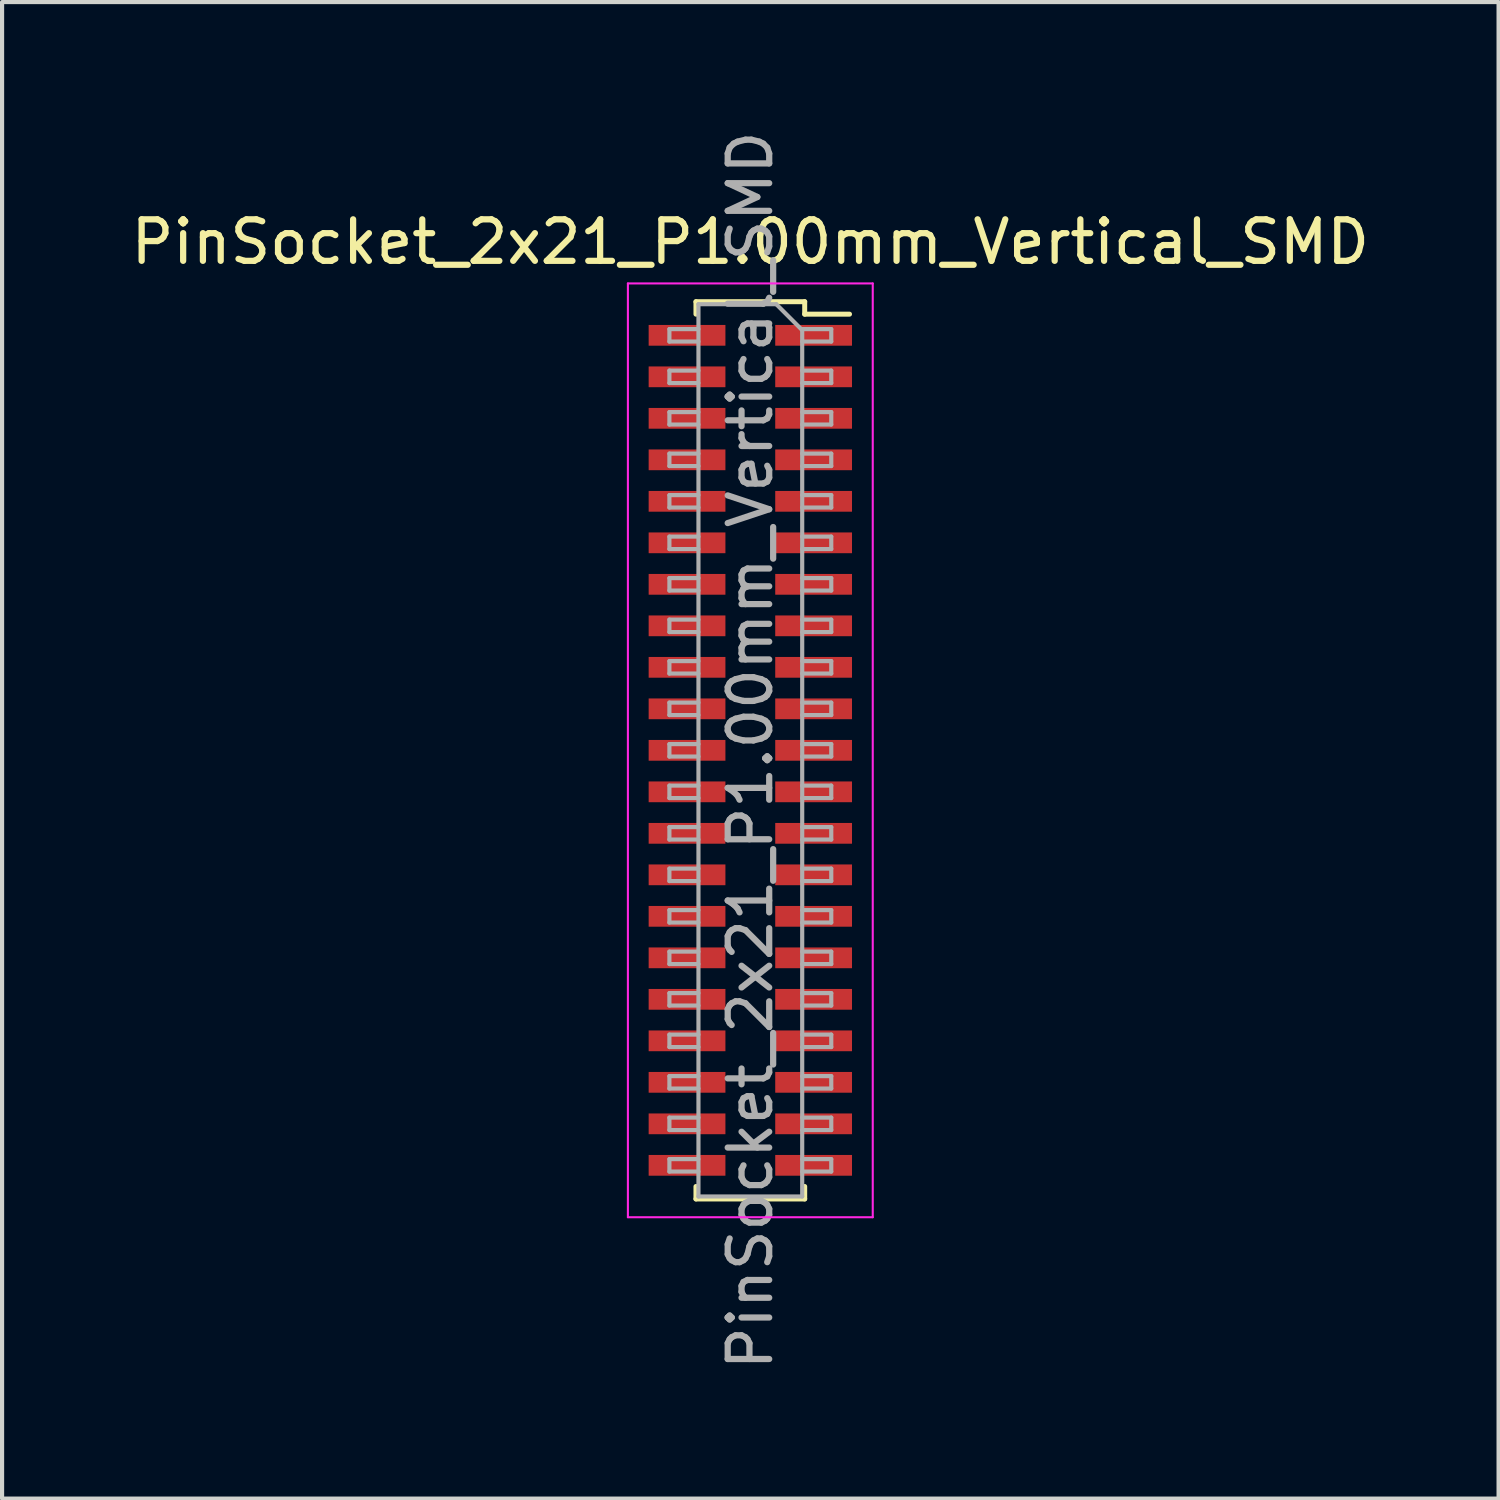
<source format=kicad_pcb>
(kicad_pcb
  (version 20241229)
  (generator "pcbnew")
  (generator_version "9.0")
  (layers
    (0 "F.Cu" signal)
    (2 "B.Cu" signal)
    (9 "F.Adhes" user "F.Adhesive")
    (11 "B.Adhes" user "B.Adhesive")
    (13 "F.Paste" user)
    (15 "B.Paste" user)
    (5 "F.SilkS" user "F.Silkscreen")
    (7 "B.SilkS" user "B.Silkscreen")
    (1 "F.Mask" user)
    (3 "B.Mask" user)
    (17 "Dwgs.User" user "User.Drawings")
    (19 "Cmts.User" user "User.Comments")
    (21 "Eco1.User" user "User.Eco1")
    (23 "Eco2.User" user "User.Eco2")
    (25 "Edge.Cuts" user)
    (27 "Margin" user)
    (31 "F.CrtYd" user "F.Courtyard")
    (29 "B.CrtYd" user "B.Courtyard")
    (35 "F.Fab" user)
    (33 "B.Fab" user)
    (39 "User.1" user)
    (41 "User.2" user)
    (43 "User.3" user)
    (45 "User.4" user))
  (footprint "PinSocket_2x21_P1.00mm_Vertical_SMD"
    (layer "F.Cu")
    (at 15.03 15.03)
    (property "Reference" "PinSocket_2x21_P1.00mm_Vertical_SMD" (at 0 -12.25 0) (layer "F.SilkS") (effects (font (size 1 1) (thickness 0.15))))
    (attr smd)
    (fp_line (start -1.31 -10.81) (end -1.31 -10.51) (stroke (width 0.12) (type solid)) (layer "F.SilkS"))
    (fp_line (start -1.31 -10.81) (end 1.31 -10.81) (stroke (width 0.12) (type solid)) (layer "F.SilkS"))
    (fp_line (start -1.31 10.51) (end -1.31 10.81) (stroke (width 0.12) (type solid)) (layer "F.SilkS"))
    (fp_line (start -1.31 10.81) (end 1.31 10.81) (stroke (width 0.12) (type solid)) (layer "F.SilkS"))
    (fp_line (start 1.31 -10.81) (end 1.31 -10.51) (stroke (width 0.12) (type solid)) (layer "F.SilkS"))
    (fp_line (start 1.31 -10.51) (end 2.39 -10.51) (stroke (width 0.12) (type solid)) (layer "F.SilkS"))
    (fp_line (start 1.31 10.51) (end 1.31 10.81) (stroke (width 0.12) (type solid)) (layer "F.SilkS"))
    (fp_line (start -2.95 -11.25) (end 2.95 -11.25) (stroke (width 0.05) (type solid)) (layer "F.CrtYd"))
    (fp_line (start -2.95 11.25) (end -2.95 -11.25) (stroke (width 0.05) (type solid)) (layer "F.CrtYd"))
    (fp_line (start 2.95 -11.25) (end 2.95 11.25) (stroke (width 0.05) (type solid)) (layer "F.CrtYd"))
    (fp_line (start 2.95 11.25) (end -2.95 11.25) (stroke (width 0.05) (type solid)) (layer "F.CrtYd"))
    (fp_line (start -1.95 -10.15) (end -1.25 -10.15) (stroke (width 0.1) (type solid)) (layer "F.Fab"))
    (fp_line (start -1.95 -9.85) (end -1.95 -10.15) (stroke (width 0.1) (type solid)) (layer "F.Fab"))
    (fp_line (start -1.95 -9.15) (end -1.25 -9.15) (stroke (width 0.1) (type solid)) (layer "F.Fab"))
    (fp_line (start -1.95 -8.85) (end -1.95 -9.15) (stroke (width 0.1) (type solid)) (layer "F.Fab"))
    (fp_line (start -1.95 -8.15) (end -1.25 -8.15) (stroke (width 0.1) (type solid)) (layer "F.Fab"))
    (fp_line (start -1.95 -7.85) (end -1.95 -8.15) (stroke (width 0.1) (type solid)) (layer "F.Fab"))
    (fp_line (start -1.95 -7.15) (end -1.25 -7.15) (stroke (width 0.1) (type solid)) (layer "F.Fab"))
    (fp_line (start -1.95 -6.85) (end -1.95 -7.15) (stroke (width 0.1) (type solid)) (layer "F.Fab"))
    (fp_line (start -1.95 -6.15) (end -1.25 -6.15) (stroke (width 0.1) (type solid)) (layer "F.Fab"))
    (fp_line (start -1.95 -5.85) (end -1.95 -6.15) (stroke (width 0.1) (type solid)) (layer "F.Fab"))
    (fp_line (start -1.95 -5.15) (end -1.25 -5.15) (stroke (width 0.1) (type solid)) (layer "F.Fab"))
    (fp_line (start -1.95 -4.85) (end -1.95 -5.15) (stroke (width 0.1) (type solid)) (layer "F.Fab"))
    (fp_line (start -1.95 -4.15) (end -1.25 -4.15) (stroke (width 0.1) (type solid)) (layer "F.Fab"))
    (fp_line (start -1.95 -3.85) (end -1.95 -4.15) (stroke (width 0.1) (type solid)) (layer "F.Fab"))
    (fp_line (start -1.95 -3.15) (end -1.25 -3.15) (stroke (width 0.1) (type solid)) (layer "F.Fab"))
    (fp_line (start -1.95 -2.85) (end -1.95 -3.15) (stroke (width 0.1) (type solid)) (layer "F.Fab"))
    (fp_line (start -1.95 -2.15) (end -1.25 -2.15) (stroke (width 0.1) (type solid)) (layer "F.Fab"))
    (fp_line (start -1.95 -1.85) (end -1.95 -2.15) (stroke (width 0.1) (type solid)) (layer "F.Fab"))
    (fp_line (start -1.95 -1.15) (end -1.25 -1.15) (stroke (width 0.1) (type solid)) (layer "F.Fab"))
    (fp_line (start -1.95 -0.85) (end -1.95 -1.15) (stroke (width 0.1) (type solid)) (layer "F.Fab"))
    (fp_line (start -1.95 -0.15) (end -1.25 -0.15) (stroke (width 0.1) (type solid)) (layer "F.Fab"))
    (fp_line (start -1.95 0.15) (end -1.95 -0.15) (stroke (width 0.1) (type solid)) (layer "F.Fab"))
    (fp_line (start -1.95 0.85) (end -1.25 0.85) (stroke (width 0.1) (type solid)) (layer "F.Fab"))
    (fp_line (start -1.95 1.15) (end -1.95 0.85) (stroke (width 0.1) (type solid)) (layer "F.Fab"))
    (fp_line (start -1.95 1.85) (end -1.25 1.85) (stroke (width 0.1) (type solid)) (layer "F.Fab"))
    (fp_line (start -1.95 2.15) (end -1.95 1.85) (stroke (width 0.1) (type solid)) (layer "F.Fab"))
    (fp_line (start -1.95 2.85) (end -1.25 2.85) (stroke (width 0.1) (type solid)) (layer "F.Fab"))
    (fp_line (start -1.95 3.15) (end -1.95 2.85) (stroke (width 0.1) (type solid)) (layer "F.Fab"))
    (fp_line (start -1.95 3.85) (end -1.25 3.85) (stroke (width 0.1) (type solid)) (layer "F.Fab"))
    (fp_line (start -1.95 4.15) (end -1.95 3.85) (stroke (width 0.1) (type solid)) (layer "F.Fab"))
    (fp_line (start -1.95 4.85) (end -1.25 4.85) (stroke (width 0.1) (type solid)) (layer "F.Fab"))
    (fp_line (start -1.95 5.15) (end -1.95 4.85) (stroke (width 0.1) (type solid)) (layer "F.Fab"))
    (fp_line (start -1.95 5.85) (end -1.25 5.85) (stroke (width 0.1) (type solid)) (layer "F.Fab"))
    (fp_line (start -1.95 6.15) (end -1.95 5.85) (stroke (width 0.1) (type solid)) (layer "F.Fab"))
    (fp_line (start -1.95 6.85) (end -1.25 6.85) (stroke (width 0.1) (type solid)) (layer "F.Fab"))
    (fp_line (start -1.95 7.15) (end -1.95 6.85) (stroke (width 0.1) (type solid)) (layer "F.Fab"))
    (fp_line (start -1.95 7.85) (end -1.25 7.85) (stroke (width 0.1) (type solid)) (layer "F.Fab"))
    (fp_line (start -1.95 8.15) (end -1.95 7.85) (stroke (width 0.1) (type solid)) (layer "F.Fab"))
    (fp_line (start -1.95 8.85) (end -1.25 8.85) (stroke (width 0.1) (type solid)) (layer "F.Fab"))
    (fp_line (start -1.95 9.15) (end -1.95 8.85) (stroke (width 0.1) (type solid)) (layer "F.Fab"))
    (fp_line (start -1.95 9.85) (end -1.25 9.85) (stroke (width 0.1) (type solid)) (layer "F.Fab"))
    (fp_line (start -1.95 10.15) (end -1.95 9.85) (stroke (width 0.1) (type solid)) (layer "F.Fab"))
    (fp_line (start -1.25 -10.75) (end 0.625 -10.75) (stroke (width 0.1) (type solid)) (layer "F.Fab"))
    (fp_line (start -1.25 -9.85) (end -1.95 -9.85) (stroke (width 0.1) (type solid)) (layer "F.Fab"))
    (fp_line (start -1.25 -8.85) (end -1.95 -8.85) (stroke (width 0.1) (type solid)) (layer "F.Fab"))
    (fp_line (start -1.25 -7.85) (end -1.95 -7.85) (stroke (width 0.1) (type solid)) (layer "F.Fab"))
    (fp_line (start -1.25 -6.85) (end -1.95 -6.85) (stroke (width 0.1) (type solid)) (layer "F.Fab"))
    (fp_line (start -1.25 -5.85) (end -1.95 -5.85) (stroke (width 0.1) (type solid)) (layer "F.Fab"))
    (fp_line (start -1.25 -4.85) (end -1.95 -4.85) (stroke (width 0.1) (type solid)) (layer "F.Fab"))
    (fp_line (start -1.25 -3.85) (end -1.95 -3.85) (stroke (width 0.1) (type solid)) (layer "F.Fab"))
    (fp_line (start -1.25 -2.85) (end -1.95 -2.85) (stroke (width 0.1) (type solid)) (layer "F.Fab"))
    (fp_line (start -1.25 -1.85) (end -1.95 -1.85) (stroke (width 0.1) (type solid)) (layer "F.Fab"))
    (fp_line (start -1.25 -0.85) (end -1.95 -0.85) (stroke (width 0.1) (type solid)) (layer "F.Fab"))
    (fp_line (start -1.25 0.15) (end -1.95 0.15) (stroke (width 0.1) (type solid)) (layer "F.Fab"))
    (fp_line (start -1.25 1.15) (end -1.95 1.15) (stroke (width 0.1) (type solid)) (layer "F.Fab"))
    (fp_line (start -1.25 2.15) (end -1.95 2.15) (stroke (width 0.1) (type solid)) (layer "F.Fab"))
    (fp_line (start -1.25 3.15) (end -1.95 3.15) (stroke (width 0.1) (type solid)) (layer "F.Fab"))
    (fp_line (start -1.25 4.15) (end -1.95 4.15) (stroke (width 0.1) (type solid)) (layer "F.Fab"))
    (fp_line (start -1.25 5.15) (end -1.95 5.15) (stroke (width 0.1) (type solid)) (layer "F.Fab"))
    (fp_line (start -1.25 6.15) (end -1.95 6.15) (stroke (width 0.1) (type solid)) (layer "F.Fab"))
    (fp_line (start -1.25 7.15) (end -1.95 7.15) (stroke (width 0.1) (type solid)) (layer "F.Fab"))
    (fp_line (start -1.25 8.15) (end -1.95 8.15) (stroke (width 0.1) (type solid)) (layer "F.Fab"))
    (fp_line (start -1.25 9.15) (end -1.95 9.15) (stroke (width 0.1) (type solid)) (layer "F.Fab"))
    (fp_line (start -1.25 10.15) (end -1.95 10.15) (stroke (width 0.1) (type solid)) (layer "F.Fab"))
    (fp_line (start -1.25 10.75) (end -1.25 -10.75) (stroke (width 0.1) (type solid)) (layer "F.Fab"))
    (fp_line (start 0.625 -10.75) (end 1.25 -10.125) (stroke (width 0.1) (type solid)) (layer "F.Fab"))
    (fp_line (start 1.25 -10.15) (end 1.95 -10.15) (stroke (width 0.1) (type solid)) (layer "F.Fab"))
    (fp_line (start 1.25 -10.125) (end 1.25 10.75) (stroke (width 0.1) (type solid)) (layer "F.Fab"))
    (fp_line (start 1.25 -9.15) (end 1.95 -9.15) (stroke (width 0.1) (type solid)) (layer "F.Fab"))
    (fp_line (start 1.25 -8.15) (end 1.95 -8.15) (stroke (width 0.1) (type solid)) (layer "F.Fab"))
    (fp_line (start 1.25 -7.15) (end 1.95 -7.15) (stroke (width 0.1) (type solid)) (layer "F.Fab"))
    (fp_line (start 1.25 -6.15) (end 1.95 -6.15) (stroke (width 0.1) (type solid)) (layer "F.Fab"))
    (fp_line (start 1.25 -5.15) (end 1.95 -5.15) (stroke (width 0.1) (type solid)) (layer "F.Fab"))
    (fp_line (start 1.25 -4.15) (end 1.95 -4.15) (stroke (width 0.1) (type solid)) (layer "F.Fab"))
    (fp_line (start 1.25 -3.15) (end 1.95 -3.15) (stroke (width 0.1) (type solid)) (layer "F.Fab"))
    (fp_line (start 1.25 -2.15) (end 1.95 -2.15) (stroke (width 0.1) (type solid)) (layer "F.Fab"))
    (fp_line (start 1.25 -1.15) (end 1.95 -1.15) (stroke (width 0.1) (type solid)) (layer "F.Fab"))
    (fp_line (start 1.25 -0.15) (end 1.95 -0.15) (stroke (width 0.1) (type solid)) (layer "F.Fab"))
    (fp_line (start 1.25 0.85) (end 1.95 0.85) (stroke (width 0.1) (type solid)) (layer "F.Fab"))
    (fp_line (start 1.25 1.85) (end 1.95 1.85) (stroke (width 0.1) (type solid)) (layer "F.Fab"))
    (fp_line (start 1.25 2.85) (end 1.95 2.85) (stroke (width 0.1) (type solid)) (layer "F.Fab"))
    (fp_line (start 1.25 3.85) (end 1.95 3.85) (stroke (width 0.1) (type solid)) (layer "F.Fab"))
    (fp_line (start 1.25 4.85) (end 1.95 4.85) (stroke (width 0.1) (type solid)) (layer "F.Fab"))
    (fp_line (start 1.25 5.85) (end 1.95 5.85) (stroke (width 0.1) (type solid)) (layer "F.Fab"))
    (fp_line (start 1.25 6.85) (end 1.95 6.85) (stroke (width 0.1) (type solid)) (layer "F.Fab"))
    (fp_line (start 1.25 7.85) (end 1.95 7.85) (stroke (width 0.1) (type solid)) (layer "F.Fab"))
    (fp_line (start 1.25 8.85) (end 1.95 8.85) (stroke (width 0.1) (type solid)) (layer "F.Fab"))
    (fp_line (start 1.25 9.85) (end 1.95 9.85) (stroke (width 0.1) (type solid)) (layer "F.Fab"))
    (fp_line (start 1.25 10.75) (end -1.25 10.75) (stroke (width 0.1) (type solid)) (layer "F.Fab"))
    (fp_line (start 1.95 -10.15) (end 1.95 -9.85) (stroke (width 0.1) (type solid)) (layer "F.Fab"))
    (fp_line (start 1.95 -9.85) (end 1.25 -9.85) (stroke (width 0.1) (type solid)) (layer "F.Fab"))
    (fp_line (start 1.95 -9.15) (end 1.95 -8.85) (stroke (width 0.1) (type solid)) (layer "F.Fab"))
    (fp_line (start 1.95 -8.85) (end 1.25 -8.85) (stroke (width 0.1) (type solid)) (layer "F.Fab"))
    (fp_line (start 1.95 -8.15) (end 1.95 -7.85) (stroke (width 0.1) (type solid)) (layer "F.Fab"))
    (fp_line (start 1.95 -7.85) (end 1.25 -7.85) (stroke (width 0.1) (type solid)) (layer "F.Fab"))
    (fp_line (start 1.95 -7.15) (end 1.95 -6.85) (stroke (width 0.1) (type solid)) (layer "F.Fab"))
    (fp_line (start 1.95 -6.85) (end 1.25 -6.85) (stroke (width 0.1) (type solid)) (layer "F.Fab"))
    (fp_line (start 1.95 -6.15) (end 1.95 -5.85) (stroke (width 0.1) (type solid)) (layer "F.Fab"))
    (fp_line (start 1.95 -5.85) (end 1.25 -5.85) (stroke (width 0.1) (type solid)) (layer "F.Fab"))
    (fp_line (start 1.95 -5.15) (end 1.95 -4.85) (stroke (width 0.1) (type solid)) (layer "F.Fab"))
    (fp_line (start 1.95 -4.85) (end 1.25 -4.85) (stroke (width 0.1) (type solid)) (layer "F.Fab"))
    (fp_line (start 1.95 -4.15) (end 1.95 -3.85) (stroke (width 0.1) (type solid)) (layer "F.Fab"))
    (fp_line (start 1.95 -3.85) (end 1.25 -3.85) (stroke (width 0.1) (type solid)) (layer "F.Fab"))
    (fp_line (start 1.95 -3.15) (end 1.95 -2.85) (stroke (width 0.1) (type solid)) (layer "F.Fab"))
    (fp_line (start 1.95 -2.85) (end 1.25 -2.85) (stroke (width 0.1) (type solid)) (layer "F.Fab"))
    (fp_line (start 1.95 -2.15) (end 1.95 -1.85) (stroke (width 0.1) (type solid)) (layer "F.Fab"))
    (fp_line (start 1.95 -1.85) (end 1.25 -1.85) (stroke (width 0.1) (type solid)) (layer "F.Fab"))
    (fp_line (start 1.95 -1.15) (end 1.95 -0.85) (stroke (width 0.1) (type solid)) (layer "F.Fab"))
    (fp_line (start 1.95 -0.85) (end 1.25 -0.85) (stroke (width 0.1) (type solid)) (layer "F.Fab"))
    (fp_line (start 1.95 -0.15) (end 1.95 0.15) (stroke (width 0.1) (type solid)) (layer "F.Fab"))
    (fp_line (start 1.95 0.15) (end 1.25 0.15) (stroke (width 0.1) (type solid)) (layer "F.Fab"))
    (fp_line (start 1.95 0.85) (end 1.95 1.15) (stroke (width 0.1) (type solid)) (layer "F.Fab"))
    (fp_line (start 1.95 1.15) (end 1.25 1.15) (stroke (width 0.1) (type solid)) (layer "F.Fab"))
    (fp_line (start 1.95 1.85) (end 1.95 2.15) (stroke (width 0.1) (type solid)) (layer "F.Fab"))
    (fp_line (start 1.95 2.15) (end 1.25 2.15) (stroke (width 0.1) (type solid)) (layer "F.Fab"))
    (fp_line (start 1.95 2.85) (end 1.95 3.15) (stroke (width 0.1) (type solid)) (layer "F.Fab"))
    (fp_line (start 1.95 3.15) (end 1.25 3.15) (stroke (width 0.1) (type solid)) (layer "F.Fab"))
    (fp_line (start 1.95 3.85) (end 1.95 4.15) (stroke (width 0.1) (type solid)) (layer "F.Fab"))
    (fp_line (start 1.95 4.15) (end 1.25 4.15) (stroke (width 0.1) (type solid)) (layer "F.Fab"))
    (fp_line (start 1.95 4.85) (end 1.95 5.15) (stroke (width 0.1) (type solid)) (layer "F.Fab"))
    (fp_line (start 1.95 5.15) (end 1.25 5.15) (stroke (width 0.1) (type solid)) (layer "F.Fab"))
    (fp_line (start 1.95 5.85) (end 1.95 6.15) (stroke (width 0.1) (type solid)) (layer "F.Fab"))
    (fp_line (start 1.95 6.15) (end 1.25 6.15) (stroke (width 0.1) (type solid)) (layer "F.Fab"))
    (fp_line (start 1.95 6.85) (end 1.95 7.15) (stroke (width 0.1) (type solid)) (layer "F.Fab"))
    (fp_line (start 1.95 7.15) (end 1.25 7.15) (stroke (width 0.1) (type solid)) (layer "F.Fab"))
    (fp_line (start 1.95 7.85) (end 1.95 8.15) (stroke (width 0.1) (type solid)) (layer "F.Fab"))
    (fp_line (start 1.95 8.15) (end 1.25 8.15) (stroke (width 0.1) (type solid)) (layer "F.Fab"))
    (fp_line (start 1.95 8.85) (end 1.95 9.15) (stroke (width 0.1) (type solid)) (layer "F.Fab"))
    (fp_line (start 1.95 9.15) (end 1.25 9.15) (stroke (width 0.1) (type solid)) (layer "F.Fab"))
    (fp_line (start 1.95 9.85) (end 1.95 10.15) (stroke (width 0.1) (type solid)) (layer "F.Fab"))
    (fp_line (start 1.95 10.15) (end 1.25 10.15) (stroke (width 0.1) (type solid)) (layer "F.Fab"))
    (fp_text user "${REFERENCE}" (at 0 0 90) (layer "F.Fab") (effects (font (size 1 1) (thickness 0.15))))
    (pad "1" smd rect (at 1.525 -10) (size 1.85 0.5) (layers "F.Cu" "F.Mask" "F.Paste"))
    (pad "2" smd rect (at -1.525 -10) (size 1.85 0.5) (layers "F.Cu" "F.Mask" "F.Paste"))
    (pad "3" smd rect (at 1.525 -9) (size 1.85 0.5) (layers "F.Cu" "F.Mask" "F.Paste"))
    (pad "4" smd rect (at -1.525 -9) (size 1.85 0.5) (layers "F.Cu" "F.Mask" "F.Paste"))
    (pad "5" smd rect (at 1.525 -8) (size 1.85 0.5) (layers "F.Cu" "F.Mask" "F.Paste"))
    (pad "6" smd rect (at -1.525 -8) (size 1.85 0.5) (layers "F.Cu" "F.Mask" "F.Paste"))
    (pad "7" smd rect (at 1.525 -7) (size 1.85 0.5) (layers "F.Cu" "F.Mask" "F.Paste"))
    (pad "8" smd rect (at -1.525 -7) (size 1.85 0.5) (layers "F.Cu" "F.Mask" "F.Paste"))
    (pad "9" smd rect (at 1.525 -6) (size 1.85 0.5) (layers "F.Cu" "F.Mask" "F.Paste"))
    (pad "10" smd rect (at -1.525 -6) (size 1.85 0.5) (layers "F.Cu" "F.Mask" "F.Paste"))
    (pad "11" smd rect (at 1.525 -5) (size 1.85 0.5) (layers "F.Cu" "F.Mask" "F.Paste"))
    (pad "12" smd rect (at -1.525 -5) (size 1.85 0.5) (layers "F.Cu" "F.Mask" "F.Paste"))
    (pad "13" smd rect (at 1.525 -4) (size 1.85 0.5) (layers "F.Cu" "F.Mask" "F.Paste"))
    (pad "14" smd rect (at -1.525 -4) (size 1.85 0.5) (layers "F.Cu" "F.Mask" "F.Paste"))
    (pad "15" smd rect (at 1.525 -3) (size 1.85 0.5) (layers "F.Cu" "F.Mask" "F.Paste"))
    (pad "16" smd rect (at -1.525 -3) (size 1.85 0.5) (layers "F.Cu" "F.Mask" "F.Paste"))
    (pad "17" smd rect (at 1.525 -2) (size 1.85 0.5) (layers "F.Cu" "F.Mask" "F.Paste"))
    (pad "18" smd rect (at -1.525 -2) (size 1.85 0.5) (layers "F.Cu" "F.Mask" "F.Paste"))
    (pad "19" smd rect (at 1.525 -1) (size 1.85 0.5) (layers "F.Cu" "F.Mask" "F.Paste"))
    (pad "20" smd rect (at -1.525 -1) (size 1.85 0.5) (layers "F.Cu" "F.Mask" "F.Paste"))
    (pad "21" smd rect (at 1.525 0) (size 1.85 0.5) (layers "F.Cu" "F.Mask" "F.Paste"))
    (pad "22" smd rect (at -1.525 0) (size 1.85 0.5) (layers "F.Cu" "F.Mask" "F.Paste"))
    (pad "23" smd rect (at 1.525 1) (size 1.85 0.5) (layers "F.Cu" "F.Mask" "F.Paste"))
    (pad "24" smd rect (at -1.525 1) (size 1.85 0.5) (layers "F.Cu" "F.Mask" "F.Paste"))
    (pad "25" smd rect (at 1.525 2) (size 1.85 0.5) (layers "F.Cu" "F.Mask" "F.Paste"))
    (pad "26" smd rect (at -1.525 2) (size 1.85 0.5) (layers "F.Cu" "F.Mask" "F.Paste"))
    (pad "27" smd rect (at 1.525 3) (size 1.85 0.5) (layers "F.Cu" "F.Mask" "F.Paste"))
    (pad "28" smd rect (at -1.525 3) (size 1.85 0.5) (layers "F.Cu" "F.Mask" "F.Paste"))
    (pad "29" smd rect (at 1.525 4) (size 1.85 0.5) (layers "F.Cu" "F.Mask" "F.Paste"))
    (pad "30" smd rect (at -1.525 4) (size 1.85 0.5) (layers "F.Cu" "F.Mask" "F.Paste"))
    (pad "31" smd rect (at 1.525 5) (size 1.85 0.5) (layers "F.Cu" "F.Mask" "F.Paste"))
    (pad "32" smd rect (at -1.525 5) (size 1.85 0.5) (layers "F.Cu" "F.Mask" "F.Paste"))
    (pad "33" smd rect (at 1.525 6) (size 1.85 0.5) (layers "F.Cu" "F.Mask" "F.Paste"))
    (pad "34" smd rect (at -1.525 6) (size 1.85 0.5) (layers "F.Cu" "F.Mask" "F.Paste"))
    (pad "35" smd rect (at 1.525 7) (size 1.85 0.5) (layers "F.Cu" "F.Mask" "F.Paste"))
    (pad "36" smd rect (at -1.525 7) (size 1.85 0.5) (layers "F.Cu" "F.Mask" "F.Paste"))
    (pad "37" smd rect (at 1.525 8) (size 1.85 0.5) (layers "F.Cu" "F.Mask" "F.Paste"))
    (pad "38" smd rect (at -1.525 8) (size 1.85 0.5) (layers "F.Cu" "F.Mask" "F.Paste"))
    (pad "39" smd rect (at 1.525 9) (size 1.85 0.5) (layers "F.Cu" "F.Mask" "F.Paste"))
    (pad "40" smd rect (at -1.525 9) (size 1.85 0.5) (layers "F.Cu" "F.Mask" "F.Paste"))
    (pad "41" smd rect (at 1.525 10) (size 1.85 0.5) (layers "F.Cu" "F.Mask" "F.Paste"))
    (pad "42" smd rect (at -1.525 10) (size 1.85 0.5) (layers "F.Cu" "F.Mask" "F.Paste")))
  (gr_rect
    (start -3 -3)
    (end 33.06 33.06)
    (stroke (width 0.1) (type default))
    (fill no)
    (layer "Edge.Cuts")))
</source>
